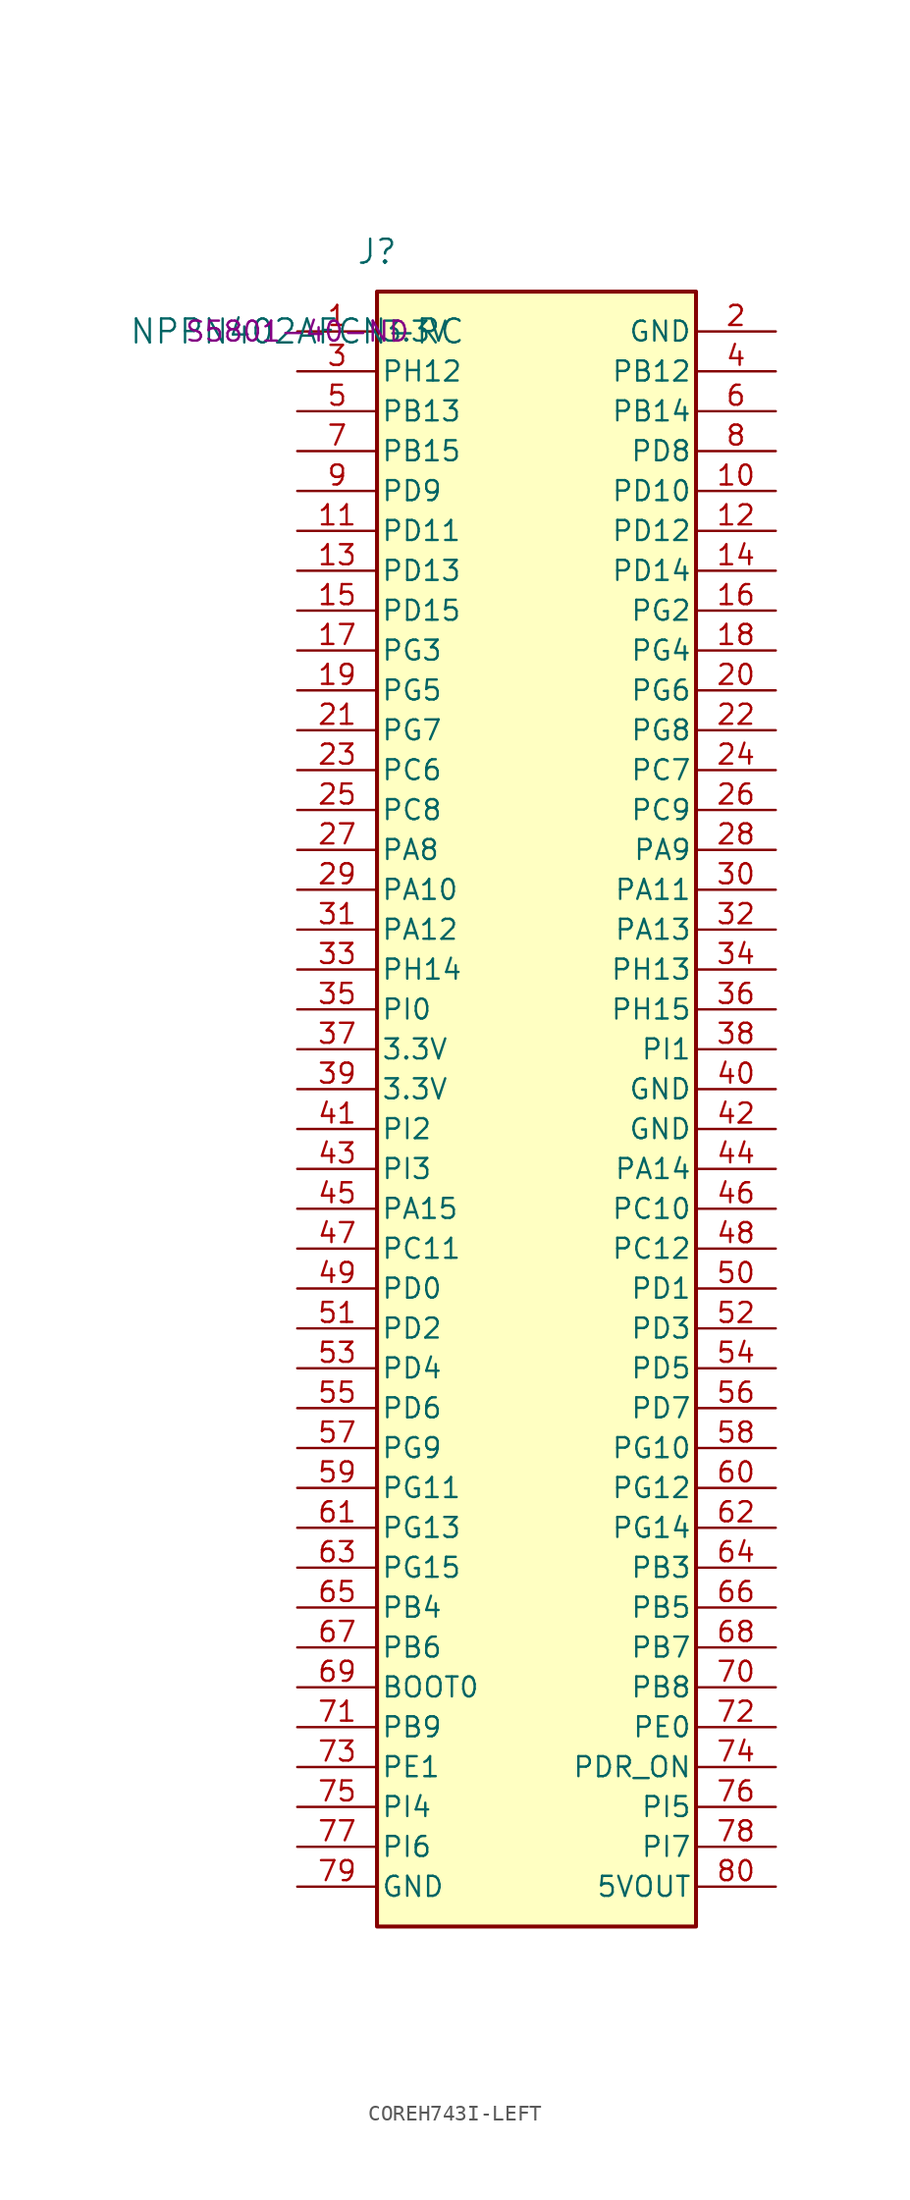
<source format=kicad_sym>
(kicad_symbol_lib
  (version 20231120)
  (generator "kicad_symbol_editor")
  (generator_version "8.0")
  (symbol "COREH743I-LEFT"
    (pin_names
      (offset 0.254))
    (property "Reference" "J"
      (at 5.08 5.08 0)
      (effects (font (size 1.524 1.524))))
    (property "Value" "NPPN402AFCN-RC"
      (at 0 0 0)
      (effects (font (size 1.524 1.524))))
    (property "Digikey part number" "S5801-40-ND"
      (at 0 0 0)
      (effects (font (size 1.27 1.27))))
    (symbol "COREH743I-LEFT_1_1"
      (rectangle (start 5.08 2.54) (end 25.4 -101.6) (stroke (width 0.254) (type default)) (fill (type background)))
      (pin power_in line (at 0 0 0) (length 5.08) (name "3.3V" (effects (font (size 1.27 1.27)))) (number "1" (effects (font (size 1.27 1.27)))))
      (pin bidirectional line (at 30.48 -10.16 180) (length 5.08) (name "PD10" (effects (font (size 1.27 1.27)))) (number "10" (effects (font (size 1.27 1.27)))))
      (pin bidirectional line (at 0 -12.7 0) (length 5.08) (name "PD11" (effects (font (size 1.27 1.27)))) (number "11" (effects (font (size 1.27 1.27)))))
      (pin bidirectional line (at 30.48 -12.7 180) (length 5.08) (name "PD12" (effects (font (size 1.27 1.27)))) (number "12" (effects (font (size 1.27 1.27)))))
      (pin bidirectional line (at 0 -15.24 0) (length 5.08) (name "PD13" (effects (font (size 1.27 1.27)))) (number "13" (effects (font (size 1.27 1.27)))))
      (pin bidirectional line (at 30.48 -15.24 180) (length 5.08) (name "PD14" (effects (font (size 1.27 1.27)))) (number "14" (effects (font (size 1.27 1.27)))))
      (pin bidirectional line (at 0 -17.78 0) (length 5.08) (name "PD15" (effects (font (size 1.27 1.27)))) (number "15" (effects (font (size 1.27 1.27)))))
      (pin bidirectional line (at 30.48 -17.78 180) (length 5.08) (name "PG2" (effects (font (size 1.27 1.27)))) (number "16" (effects (font (size 1.27 1.27)))))
      (pin bidirectional line (at 0 -20.32 0) (length 5.08) (name "PG3" (effects (font (size 1.27 1.27)))) (number "17" (effects (font (size 1.27 1.27)))))
      (pin bidirectional line (at 30.48 -20.32 180) (length 5.08) (name "PG4" (effects (font (size 1.27 1.27)))) (number "18" (effects (font (size 1.27 1.27)))))
      (pin bidirectional line (at 0 -22.86 0) (length 5.08) (name "PG5" (effects (font (size 1.27 1.27)))) (number "19" (effects (font (size 1.27 1.27)))))
      (pin power_in line (at 30.48 0 180) (length 5.08) (name "GND" (effects (font (size 1.27 1.27)))) (number "2" (effects (font (size 1.27 1.27)))))
      (pin bidirectional line (at 30.48 -22.86 180) (length 5.08) (name "PG6" (effects (font (size 1.27 1.27)))) (number "20" (effects (font (size 1.27 1.27)))))
      (pin bidirectional line (at 0 -25.4 0) (length 5.08) (name "PG7" (effects (font (size 1.27 1.27)))) (number "21" (effects (font (size 1.27 1.27)))))
      (pin bidirectional line (at 30.48 -25.4 180) (length 5.08) (name "PG8" (effects (font (size 1.27 1.27)))) (number "22" (effects (font (size 1.27 1.27)))))
      (pin bidirectional line (at 0 -27.94 0) (length 5.08) (name "PC6" (effects (font (size 1.27 1.27)))) (number "23" (effects (font (size 1.27 1.27)))))
      (pin bidirectional line (at 30.48 -27.94 180) (length 5.08) (name "PC7" (effects (font (size 1.27 1.27)))) (number "24" (effects (font (size 1.27 1.27)))))
      (pin bidirectional line (at 0 -30.48 0) (length 5.08) (name "PC8" (effects (font (size 1.27 1.27)))) (number "25" (effects (font (size 1.27 1.27)))))
      (pin bidirectional line (at 30.48 -30.48 180) (length 5.08) (name "PC9" (effects (font (size 1.27 1.27)))) (number "26" (effects (font (size 1.27 1.27)))))
      (pin bidirectional line (at 0 -33.02 0) (length 5.08) (name "PA8" (effects (font (size 1.27 1.27)))) (number "27" (effects (font (size 1.27 1.27)))))
      (pin bidirectional line (at 30.48 -33.02 180) (length 5.08) (name "PA9" (effects (font (size 1.27 1.27)))) (number "28" (effects (font (size 1.27 1.27)))) (alternate "USART1_TX" bidirectional line))
      (pin bidirectional line (at 0 -35.56 0) (length 5.08) (name "PA10" (effects (font (size 1.27 1.27)))) (number "29" (effects (font (size 1.27 1.27)))))
      (pin bidirectional line (at 0 -2.54 0) (length 5.08) (name "PH12" (effects (font (size 1.27 1.27)))) (number "3" (effects (font (size 1.27 1.27)))))
      (pin bidirectional line (at 30.48 -35.56 180) (length 5.08) (name "PA11" (effects (font (size 1.27 1.27)))) (number "30" (effects (font (size 1.27 1.27)))) (alternate "OTG_FS_DM" bidirectional line))
      (pin bidirectional line (at 0 -38.1 0) (length 5.08) (name "PA12" (effects (font (size 1.27 1.27)))) (number "31" (effects (font (size 1.27 1.27)))) (alternate "OTG_FS_DP" bidirectional line))
      (pin bidirectional line (at 30.48 -38.1 180) (length 5.08) (name "PA13" (effects (font (size 1.27 1.27)))) (number "32" (effects (font (size 1.27 1.27)))))
      (pin bidirectional line (at 0 -40.64 0) (length 5.08) (name "PH14" (effects (font (size 1.27 1.27)))) (number "33" (effects (font (size 1.27 1.27)))))
      (pin bidirectional line (at 30.48 -40.64 180) (length 5.08) (name "PH13" (effects (font (size 1.27 1.27)))) (number "34" (effects (font (size 1.27 1.27)))))
      (pin bidirectional line (at 0 -43.18 0) (length 5.08) (name "PI0" (effects (font (size 1.27 1.27)))) (number "35" (effects (font (size 1.27 1.27)))))
      (pin bidirectional line (at 30.48 -43.18 180) (length 5.08) (name "PH15" (effects (font (size 1.27 1.27)))) (number "36" (effects (font (size 1.27 1.27)))))
      (pin power_in line (at 0 -45.72 0) (length 5.08) (name "3.3V" (effects (font (size 1.27 1.27)))) (number "37" (effects (font (size 1.27 1.27)))))
      (pin bidirectional line (at 30.48 -45.72 180) (length 5.08) (name "PI1" (effects (font (size 1.27 1.27)))) (number "38" (effects (font (size 1.27 1.27)))))
      (pin power_in line (at 0 -48.26 0) (length 5.08) (name "3.3V" (effects (font (size 1.27 1.27)))) (number "39" (effects (font (size 1.27 1.27)))))
      (pin bidirectional line (at 30.48 -2.54 180) (length 5.08) (name "PB12" (effects (font (size 1.27 1.27)))) (number "4" (effects (font (size 1.27 1.27)))))
      (pin power_in line (at 30.48 -48.26 180) (length 5.08) (name "GND" (effects (font (size 1.27 1.27)))) (number "40" (effects (font (size 1.27 1.27)))))
      (pin bidirectional line (at 0 -50.8 0) (length 5.08) (name "PI2" (effects (font (size 1.27 1.27)))) (number "41" (effects (font (size 1.27 1.27)))))
      (pin power_in line (at 30.48 -50.8 180) (length 5.08) (name "GND" (effects (font (size 1.27 1.27)))) (number "42" (effects (font (size 1.27 1.27)))))
      (pin bidirectional line (at 0 -53.34 0) (length 5.08) (name "PI3" (effects (font (size 1.27 1.27)))) (number "43" (effects (font (size 1.27 1.27)))))
      (pin bidirectional line (at 30.48 -53.34 180) (length 5.08) (name "PA14" (effects (font (size 1.27 1.27)))) (number "44" (effects (font (size 1.27 1.27)))))
      (pin bidirectional line (at 0 -55.88 0) (length 5.08) (name "PA15" (effects (font (size 1.27 1.27)))) (number "45" (effects (font (size 1.27 1.27)))))
      (pin bidirectional line (at 30.48 -55.88 180) (length 5.08) (name "PC10" (effects (font (size 1.27 1.27)))) (number "46" (effects (font (size 1.27 1.27)))))
      (pin bidirectional line (at 0 -58.42 0) (length 5.08) (name "PC11" (effects (font (size 1.27 1.27)))) (number "47" (effects (font (size 1.27 1.27)))))
      (pin bidirectional line (at 30.48 -58.42 180) (length 5.08) (name "PC12" (effects (font (size 1.27 1.27)))) (number "48" (effects (font (size 1.27 1.27)))))
      (pin bidirectional line (at 0 -60.96 0) (length 5.08) (name "PD0" (effects (font (size 1.27 1.27)))) (number "49" (effects (font (size 1.27 1.27)))))
      (pin bidirectional line (at 0 -5.08 0) (length 5.08) (name "PB13" (effects (font (size 1.27 1.27)))) (number "5" (effects (font (size 1.27 1.27)))))
      (pin bidirectional line (at 30.48 -60.96 180) (length 5.08) (name "PD1" (effects (font (size 1.27 1.27)))) (number "50" (effects (font (size 1.27 1.27)))))
      (pin bidirectional line (at 0 -63.5 0) (length 5.08) (name "PD2" (effects (font (size 1.27 1.27)))) (number "51" (effects (font (size 1.27 1.27)))))
      (pin bidirectional line (at 30.48 -63.5 180) (length 5.08) (name "PD3" (effects (font (size 1.27 1.27)))) (number "52" (effects (font (size 1.27 1.27)))))
      (pin bidirectional line (at 0 -66.04 0) (length 5.08) (name "PD4" (effects (font (size 1.27 1.27)))) (number "53" (effects (font (size 1.27 1.27)))))
      (pin bidirectional line (at 30.48 -66.04 180) (length 5.08) (name "PD5" (effects (font (size 1.27 1.27)))) (number "54" (effects (font (size 1.27 1.27)))))
      (pin bidirectional line (at 0 -68.58 0) (length 5.08) (name "PD6" (effects (font (size 1.27 1.27)))) (number "55" (effects (font (size 1.27 1.27)))))
      (pin bidirectional line (at 30.48 -68.58 180) (length 5.08) (name "PD7" (effects (font (size 1.27 1.27)))) (number "56" (effects (font (size 1.27 1.27)))))
      (pin bidirectional line (at 0 -71.12 0) (length 5.08) (name "PG9" (effects (font (size 1.27 1.27)))) (number "57" (effects (font (size 1.27 1.27)))))
      (pin bidirectional line (at 30.48 -71.12 180) (length 5.08) (name "PG10" (effects (font (size 1.27 1.27)))) (number "58" (effects (font (size 1.27 1.27)))))
      (pin bidirectional line (at 0 -73.66 0) (length 5.08) (name "PG11" (effects (font (size 1.27 1.27)))) (number "59" (effects (font (size 1.27 1.27)))))
      (pin bidirectional line (at 30.48 -5.08 180) (length 5.08) (name "PB14" (effects (font (size 1.27 1.27)))) (number "6" (effects (font (size 1.27 1.27)))))
      (pin bidirectional line (at 30.48 -73.66 180) (length 5.08) (name "PG12" (effects (font (size 1.27 1.27)))) (number "60" (effects (font (size 1.27 1.27)))))
      (pin bidirectional line (at 0 -76.2 0) (length 5.08) (name "PG13" (effects (font (size 1.27 1.27)))) (number "61" (effects (font (size 1.27 1.27)))))
      (pin bidirectional line (at 30.48 -76.2 180) (length 5.08) (name "PG14" (effects (font (size 1.27 1.27)))) (number "62" (effects (font (size 1.27 1.27)))))
      (pin bidirectional line (at 0 -78.74 0) (length 5.08) (name "PG15" (effects (font (size 1.27 1.27)))) (number "63" (effects (font (size 1.27 1.27)))))
      (pin bidirectional line (at 30.48 -78.74 180) (length 5.08) (name "PB3" (effects (font (size 1.27 1.27)))) (number "64" (effects (font (size 1.27 1.27)))))
      (pin bidirectional line (at 0 -81.28 0) (length 5.08) (name "PB4" (effects (font (size 1.27 1.27)))) (number "65" (effects (font (size 1.27 1.27)))))
      (pin bidirectional line (at 30.48 -81.28 180) (length 5.08) (name "PB5" (effects (font (size 1.27 1.27)))) (number "66" (effects (font (size 1.27 1.27)))))
      (pin bidirectional line (at 0 -83.82 0) (length 5.08) (name "PB6" (effects (font (size 1.27 1.27)))) (number "67" (effects (font (size 1.27 1.27)))))
      (pin bidirectional line (at 30.48 -83.82 180) (length 5.08) (name "PB7" (effects (font (size 1.27 1.27)))) (number "68" (effects (font (size 1.27 1.27)))))
      (pin bidirectional line (at 0 -86.36 0) (length 5.08) (name "BOOT0" (effects (font (size 1.27 1.27)))) (number "69" (effects (font (size 1.27 1.27)))))
      (pin bidirectional line (at 0 -7.62 0) (length 5.08) (name "PB15" (effects (font (size 1.27 1.27)))) (number "7" (effects (font (size 1.27 1.27)))))
      (pin bidirectional line (at 30.48 -86.36 180) (length 5.08) (name "PB8" (effects (font (size 1.27 1.27)))) (number "70" (effects (font (size 1.27 1.27)))))
      (pin bidirectional line (at 0 -88.9 0) (length 5.08) (name "PB9" (effects (font (size 1.27 1.27)))) (number "71" (effects (font (size 1.27 1.27)))))
      (pin bidirectional line (at 30.48 -88.9 180) (length 5.08) (name "PE0" (effects (font (size 1.27 1.27)))) (number "72" (effects (font (size 1.27 1.27)))))
      (pin bidirectional line (at 0 -91.44 0) (length 5.08) (name "PE1" (effects (font (size 1.27 1.27)))) (number "73" (effects (font (size 1.27 1.27)))))
      (pin bidirectional line (at 30.48 -91.44 180) (length 5.08) (name "PDR_ON" (effects (font (size 1.27 1.27)))) (number "74" (effects (font (size 1.27 1.27)))))
      (pin bidirectional line (at 0 -93.98 0) (length 5.08) (name "PI4" (effects (font (size 1.27 1.27)))) (number "75" (effects (font (size 1.27 1.27)))))
      (pin bidirectional line (at 30.48 -93.98 180) (length 5.08) (name "PI5" (effects (font (size 1.27 1.27)))) (number "76" (effects (font (size 1.27 1.27)))))
      (pin bidirectional line (at 0 -96.52 0) (length 5.08) (name "PI6" (effects (font (size 1.27 1.27)))) (number "77" (effects (font (size 1.27 1.27)))))
      (pin bidirectional line (at 30.48 -96.52 180) (length 5.08) (name "PI7" (effects (font (size 1.27 1.27)))) (number "78" (effects (font (size 1.27 1.27)))))
      (pin power_in line (at 0 -99.06 0) (length 5.08) (name "GND" (effects (font (size 1.27 1.27)))) (number "79" (effects (font (size 1.27 1.27)))))
      (pin bidirectional line (at 30.48 -7.62 180) (length 5.08) (name "PD8" (effects (font (size 1.27 1.27)))) (number "8" (effects (font (size 1.27 1.27)))))
      (pin power_out line (at 30.48 -99.06 180) (length 5.08) (name "5VOUT" (effects (font (size 1.27 1.27)))) (number "80" (effects (font (size 1.27 1.27)))))
      (pin bidirectional line (at 0 -10.16 0) (length 5.08) (name "PD9" (effects (font (size 1.27 1.27)))) (number "9" (effects (font (size 1.27 1.27))))))))
</source>
